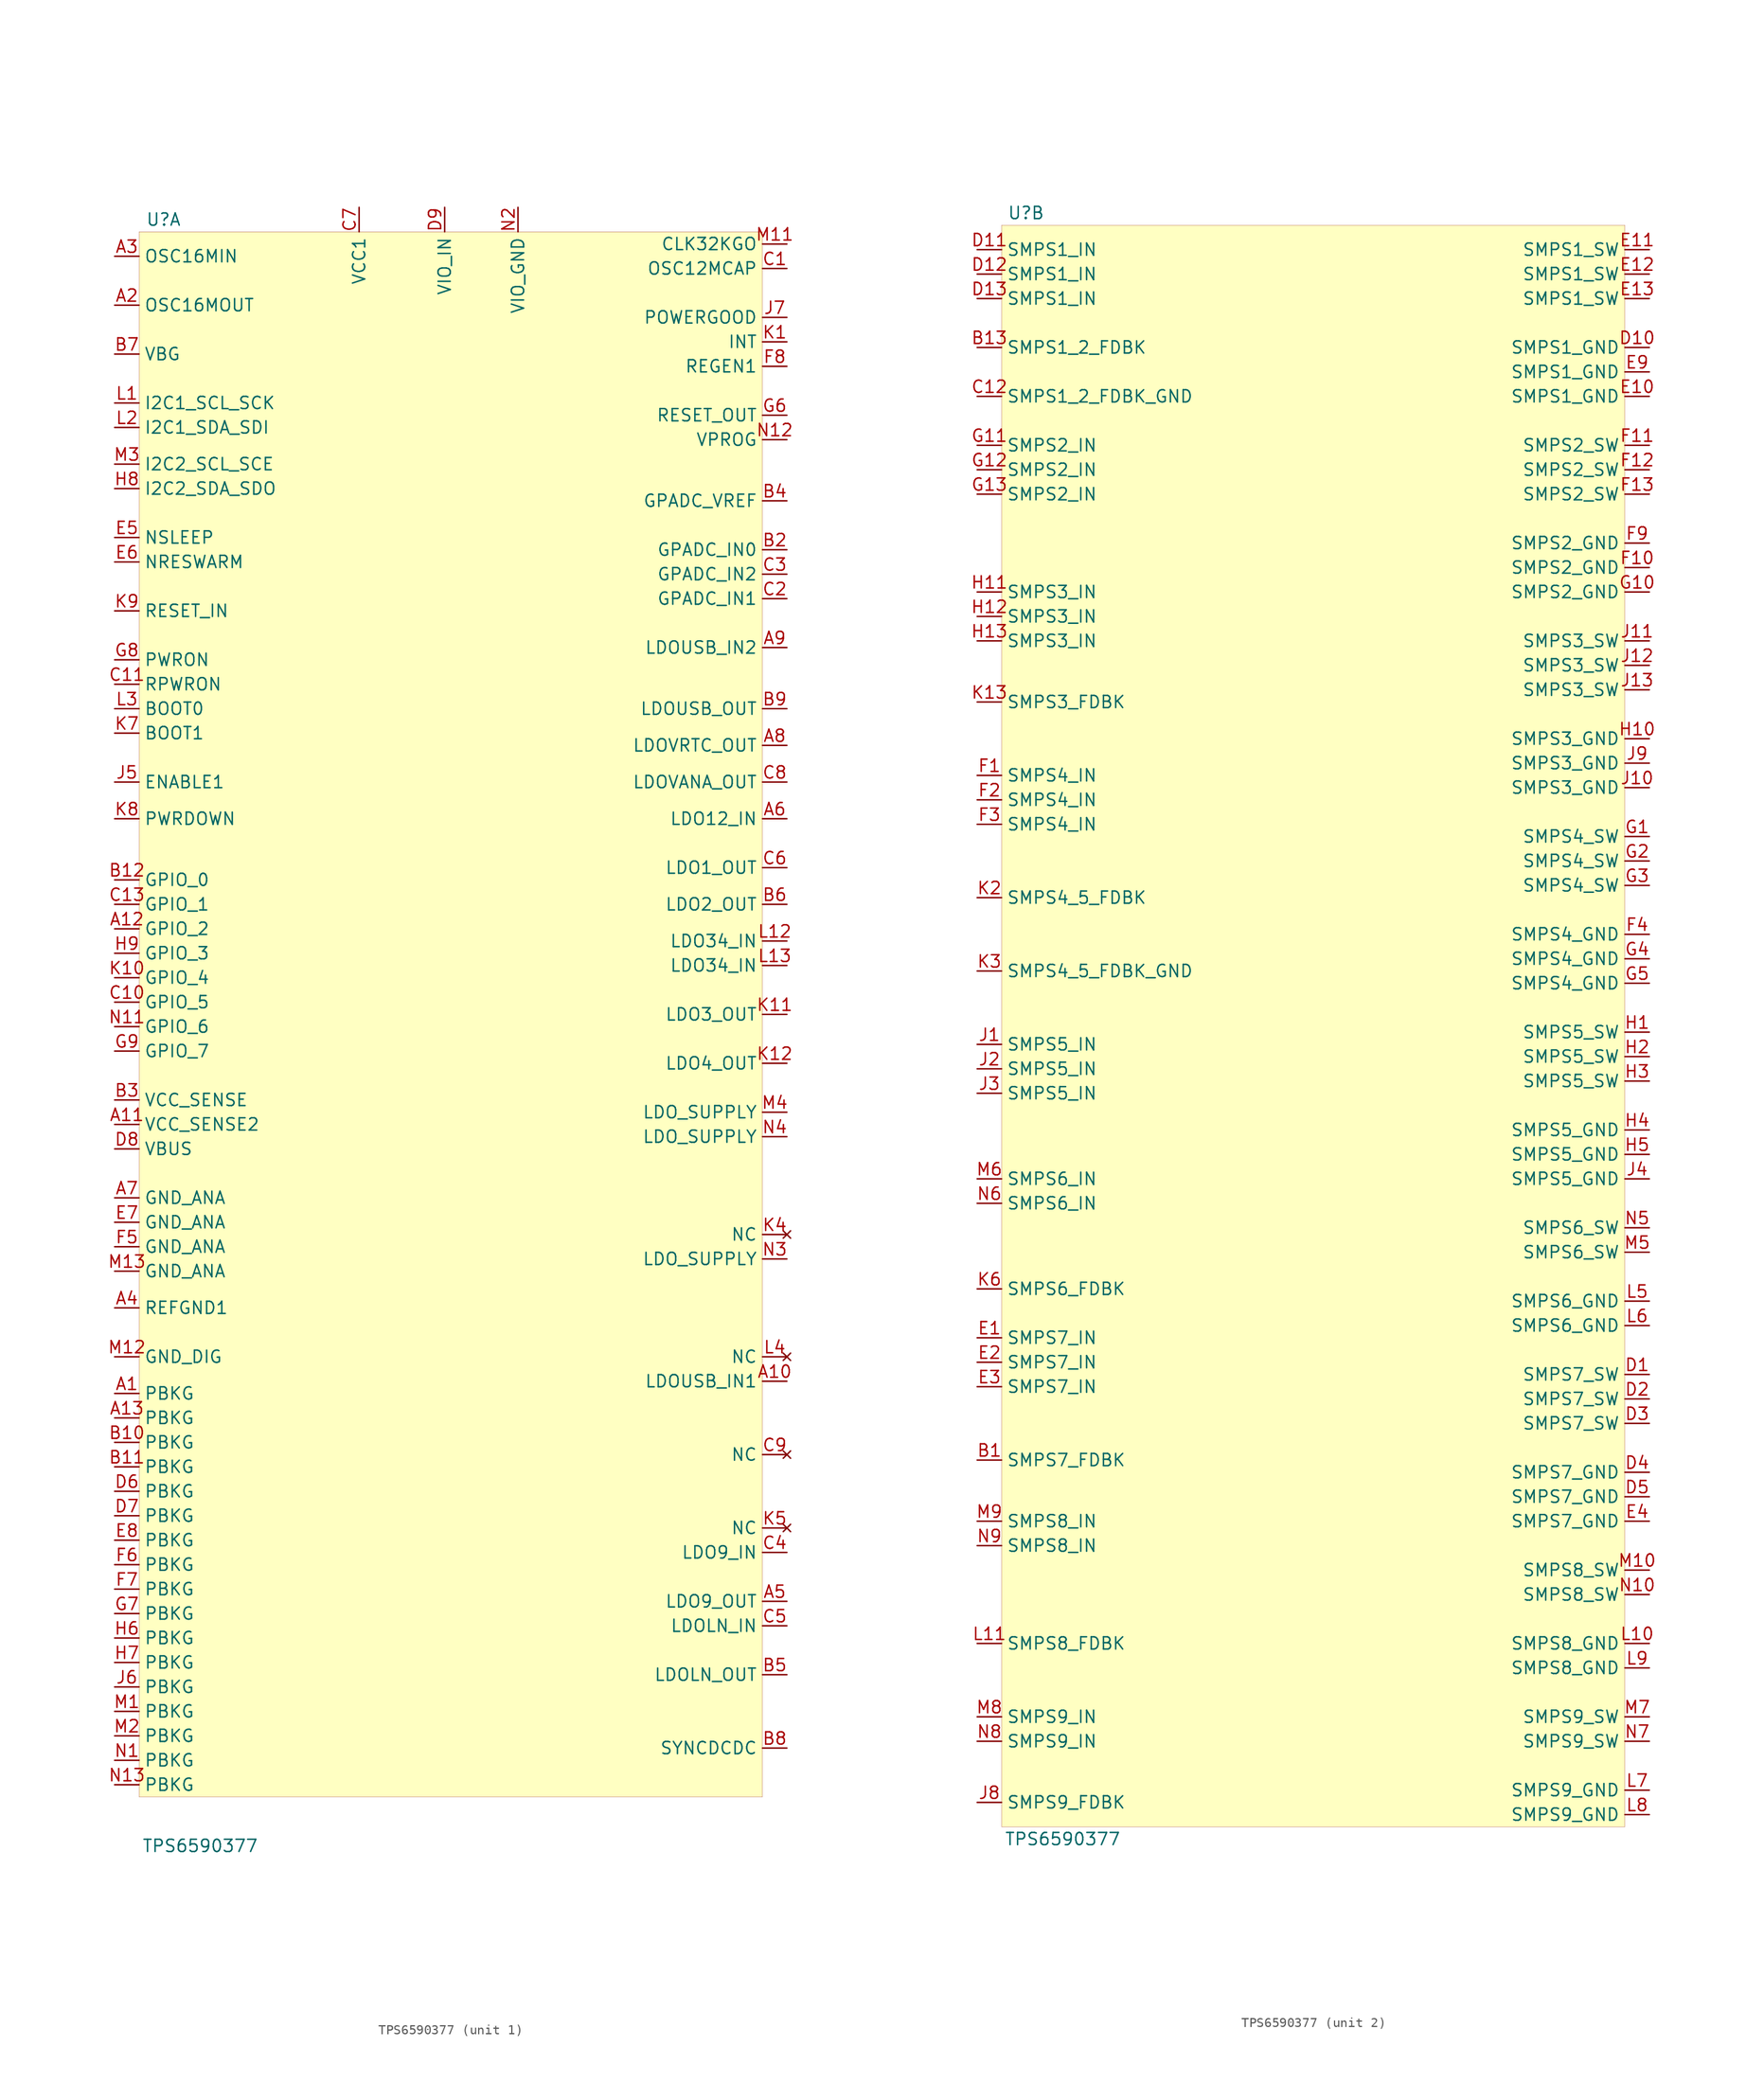
<source format=kicad_sym>
(kicad_symbol_lib
  (version 20201005)
  (generator kicad_symbol_editor)
  (symbol "beaglebone-ai:TPS6590377"
    (property "Reference" "U"
      (at -29.21 76.2 0)
      (effects (font (size 1.27 1.27))))
    (property "Value" "TPS6590377"
      (at -25.4 -92.71 0)
      (effects (font (size 1.27 1.27))))
    (property "ki_locked" ""
      (at 0 0 0)
      (effects (font (size 1.27 1.27))))
    (symbol "TPS6590377_1_0"
      (pin output line (at -34.29 67.31 0) (length 2.54) (name "OSC16MOUT" (effects (font (size 1.27 1.27)))) (number "A2" (effects (font (size 1.27 1.27)))))
      (pin input line (at -34.29 72.39 0) (length 2.54) (name "OSC16MIN" (effects (font (size 1.27 1.27)))) (number "A3" (effects (font (size 1.27 1.27)))))
      (pin power_in line (at -34.29 -36.83 0) (length 2.54) (name "REFGND1" (effects (font (size 1.27 1.27)))) (number "A4" (effects (font (size 1.27 1.27)))))
      (pin power_out line (at 35.56 -67.31 180) (length 2.54) (name "LDO9_OUT" (effects (font (size 1.27 1.27)))) (number "A5" (effects (font (size 1.27 1.27)))))
      (pin input line (at 35.56 13.97 180) (length 2.54) (name "LDO12_IN" (effects (font (size 1.27 1.27)))) (number "A6" (effects (font (size 1.27 1.27)))))
      (pin input line (at 35.56 -62.23 180) (length 2.54) (name "LDO9_IN" (effects (font (size 1.27 1.27)))) (number "C4" (effects (font (size 1.27 1.27)))))
      (pin input line (at 35.56 39.37 180) (length 2.54) (name "GPADC_IN2" (effects (font (size 1.27 1.27)))) (number "C3" (effects (font (size 1.27 1.27)))))
      (pin input line (at 35.56 36.83 180) (length 2.54) (name "GPADC_IN1" (effects (font (size 1.27 1.27)))) (number "C2" (effects (font (size 1.27 1.27)))))
      (pin passive line (at 35.56 71.12 180) (length 2.54) (name "OSC12MCAP" (effects (font (size 1.27 1.27)))) (number "C1" (effects (font (size 1.27 1.27)))))
      (pin bidirectional line (at -34.29 7.62 0) (length 2.54) (name "GPIO_0" (effects (font (size 1.27 1.27)))) (number "B12" (effects (font (size 1.27 1.27)))))
      (pin passive line (at -34.29 -53.34 0) (length 2.54) (name "PBKG" (effects (font (size 1.27 1.27)))) (number "B11" (effects (font (size 1.27 1.27)))))
      (pin passive line (at -34.29 -50.8 0) (length 2.54) (name "PBKG" (effects (font (size 1.27 1.27)))) (number "B10" (effects (font (size 1.27 1.27)))))
      (pin power_out line (at 35.56 25.4 180) (length 2.54) (name "LDOUSB_OUT" (effects (font (size 1.27 1.27)))) (number "B9" (effects (font (size 1.27 1.27)))))
      (pin power_out line (at 35.56 -74.93 180) (length 2.54) (name "LDOLN_OUT" (effects (font (size 1.27 1.27)))) (number "B5" (effects (font (size 1.27 1.27)))))
      (pin input line (at 35.56 -82.55 180) (length 2.54) (name "SYNCDCDC" (effects (font (size 1.27 1.27)))) (number "B8" (effects (font (size 1.27 1.27)))))
      (pin output line (at -34.29 62.23 0) (length 2.54) (name "VBG" (effects (font (size 1.27 1.27)))) (number "B7" (effects (font (size 1.27 1.27)))))
      (pin power_out line (at 35.56 21.59 180) (length 2.54) (name "LDOVRTC_OUT" (effects (font (size 1.27 1.27)))) (number "A8" (effects (font (size 1.27 1.27)))))
      (pin power_out line (at 35.56 5.08 180) (length 2.54) (name "LDO2_OUT" (effects (font (size 1.27 1.27)))) (number "B6" (effects (font (size 1.27 1.27)))))
      (pin input line (at 35.56 31.75 180) (length 2.54) (name "LDOUSB_IN2" (effects (font (size 1.27 1.27)))) (number "A9" (effects (font (size 1.27 1.27)))))
      (pin input line (at 35.56 -44.45 180) (length 2.54) (name "LDOUSB_IN1" (effects (font (size 1.27 1.27)))) (number "A10" (effects (font (size 1.27 1.27)))))
      (pin input line (at -34.29 -17.78 0) (length 2.54) (name "VCC_SENSE2" (effects (font (size 1.27 1.27)))) (number "A11" (effects (font (size 1.27 1.27)))))
      (pin bidirectional line (at -34.29 2.54 0) (length 2.54) (name "GPIO_2" (effects (font (size 1.27 1.27)))) (number "A12" (effects (font (size 1.27 1.27)))))
      (pin passive line (at -34.29 -48.26 0) (length 2.54) (name "PBKG" (effects (font (size 1.27 1.27)))) (number "A13" (effects (font (size 1.27 1.27)))))
      (pin input line (at 35.56 41.91 180) (length 2.54) (name "GPADC_IN0" (effects (font (size 1.27 1.27)))) (number "B2" (effects (font (size 1.27 1.27)))))
      (pin power_in line (at -34.29 -25.4 0) (length 2.54) (name "GND_ANA" (effects (font (size 1.27 1.27)))) (number "A7" (effects (font (size 1.27 1.27)))))
      (pin output line (at 35.56 46.99 180) (length 2.54) (name "GPADC_VREF" (effects (font (size 1.27 1.27)))) (number "B4" (effects (font (size 1.27 1.27)))))
      (pin input line (at -34.29 -15.24 0) (length 2.54) (name "VCC_SENSE" (effects (font (size 1.27 1.27)))) (number "B3" (effects (font (size 1.27 1.27)))))
      (pin input line (at 35.56 -69.85 180) (length 2.54) (name "LDOLN_IN" (effects (font (size 1.27 1.27)))) (number "C5" (effects (font (size 1.27 1.27)))))
      (pin power_out line (at 35.56 8.89 180) (length 2.54) (name "LDO1_OUT" (effects (font (size 1.27 1.27)))) (number "C6" (effects (font (size 1.27 1.27)))))
      (pin power_out line (at 35.56 17.78 180) (length 2.54) (name "LDOVANA_OUT" (effects (font (size 1.27 1.27)))) (number "C8" (effects (font (size 1.27 1.27)))))
      (pin no_connect line (at 35.56 -52.07 180) (length 2.54) (name "NC" (effects (font (size 1.27 1.27)))) (number "C9" (effects (font (size 1.27 1.27)))))
      (pin bidirectional line (at -34.29 -5.08 0) (length 2.54) (name "GPIO_5" (effects (font (size 1.27 1.27)))) (number "C10" (effects (font (size 1.27 1.27)))))
      (pin input line (at -34.29 27.94 0) (length 2.54) (name "RPWRON" (effects (font (size 1.27 1.27)))) (number "C11" (effects (font (size 1.27 1.27)))))
      (pin bidirectional line (at -34.29 5.08 0) (length 2.54) (name "GPIO_1" (effects (font (size 1.27 1.27)))) (number "C13" (effects (font (size 1.27 1.27)))))
      (pin passive line (at -34.29 -55.88 0) (length 2.54) (name "PBKG" (effects (font (size 1.27 1.27)))) (number "D6" (effects (font (size 1.27 1.27)))))
      (pin passive line (at -34.29 -58.42 0) (length 2.54) (name "PBKG" (effects (font (size 1.27 1.27)))) (number "D7" (effects (font (size 1.27 1.27)))))
      (pin input line (at -34.29 -20.32 0) (length 2.54) (name "VBUS" (effects (font (size 1.27 1.27)))) (number "D8" (effects (font (size 1.27 1.27)))))
      (pin input line (at -34.29 43.18 0) (length 2.54) (name "NSLEEP" (effects (font (size 1.27 1.27)))) (number "E5" (effects (font (size 1.27 1.27)))))
      (pin input line (at -34.29 40.64 0) (length 2.54) (name "NRESWARM" (effects (font (size 1.27 1.27)))) (number "E6" (effects (font (size 1.27 1.27)))))
      (pin power_in line (at -34.29 -27.94 0) (length 2.54) (name "GND_ANA" (effects (font (size 1.27 1.27)))) (number "E7" (effects (font (size 1.27 1.27)))))
      (pin power_in line (at -34.29 -60.96 0) (length 2.54) (name "PBKG" (effects (font (size 1.27 1.27)))) (number "E8" (effects (font (size 1.27 1.27)))))
      (pin power_in line (at -34.29 -30.48 0) (length 2.54) (name "GND_ANA" (effects (font (size 1.27 1.27)))) (number "F5" (effects (font (size 1.27 1.27)))))
      (pin passive line (at -34.29 -63.5 0) (length 2.54) (name "PBKG" (effects (font (size 1.27 1.27)))) (number "F6" (effects (font (size 1.27 1.27)))))
      (pin passive line (at -34.29 -66.04 0) (length 2.54) (name "PBKG" (effects (font (size 1.27 1.27)))) (number "F7" (effects (font (size 1.27 1.27)))))
      (pin output line (at 35.56 60.96 180) (length 2.54) (name "REGEN1" (effects (font (size 1.27 1.27)))) (number "F8" (effects (font (size 1.27 1.27)))))
      (pin output line (at 35.56 55.88 180) (length 2.54) (name "RESET_OUT" (effects (font (size 1.27 1.27)))) (number "G6" (effects (font (size 1.27 1.27)))))
      (pin passive line (at -34.29 -68.58 0) (length 2.54) (name "PBKG" (effects (font (size 1.27 1.27)))) (number "G7" (effects (font (size 1.27 1.27)))))
      (pin input line (at -34.29 30.48 0) (length 2.54) (name "PWRON" (effects (font (size 1.27 1.27)))) (number "G8" (effects (font (size 1.27 1.27)))))
      (pin bidirectional line (at -34.29 -10.16 0) (length 2.54) (name "GPIO_7" (effects (font (size 1.27 1.27)))) (number "G9" (effects (font (size 1.27 1.27)))))
      (pin passive line (at -34.29 -71.12 0) (length 2.54) (name "PBKG" (effects (font (size 1.27 1.27)))) (number "H6" (effects (font (size 1.27 1.27)))))
      (pin passive line (at -34.29 -73.66 0) (length 2.54) (name "PBKG" (effects (font (size 1.27 1.27)))) (number "H7" (effects (font (size 1.27 1.27)))))
      (pin bidirectional line (at -34.29 48.26 0) (length 2.54) (name "I2C2_SDA_SDO" (effects (font (size 1.27 1.27)))) (number "H8" (effects (font (size 1.27 1.27)))))
      (pin bidirectional line (at -34.29 0 0) (length 2.54) (name "GPIO_3" (effects (font (size 1.27 1.27)))) (number "H9" (effects (font (size 1.27 1.27)))))
      (pin input line (at -34.29 17.78 0) (length 2.54) (name "ENABLE1" (effects (font (size 1.27 1.27)))) (number "J5" (effects (font (size 1.27 1.27)))))
      (pin passive line (at -34.29 -76.2 0) (length 2.54) (name "PBKG" (effects (font (size 1.27 1.27)))) (number "J6" (effects (font (size 1.27 1.27)))))
      (pin output line (at 35.56 66.04 180) (length 2.54) (name "POWERGOOD" (effects (font (size 1.27 1.27)))) (number "J7" (effects (font (size 1.27 1.27)))))
      (pin output line (at 35.56 63.5 180) (length 2.54) (name "INT" (effects (font (size 1.27 1.27)))) (number "K1" (effects (font (size 1.27 1.27)))))
      (pin no_connect line (at 35.56 -29.21 180) (length 2.54) (name "NC" (effects (font (size 1.27 1.27)))) (number "K4" (effects (font (size 1.27 1.27)))))
      (pin no_connect line (at 35.56 -59.69 180) (length 2.54) (name "NC" (effects (font (size 1.27 1.27)))) (number "K5" (effects (font (size 1.27 1.27)))))
      (pin input line (at -34.29 22.86 0) (length 2.54) (name "BOOT1" (effects (font (size 1.27 1.27)))) (number "K7" (effects (font (size 1.27 1.27)))))
      (pin input line (at -34.29 13.97 0) (length 2.54) (name "PWRDOWN" (effects (font (size 1.27 1.27)))) (number "K8" (effects (font (size 1.27 1.27)))))
      (pin input line (at -34.29 35.56 0) (length 2.54) (name "RESET_IN" (effects (font (size 1.27 1.27)))) (number "K9" (effects (font (size 1.27 1.27)))))
      (pin bidirectional line (at -34.29 -2.54 0) (length 2.54) (name "GPIO_4" (effects (font (size 1.27 1.27)))) (number "K10" (effects (font (size 1.27 1.27)))))
      (pin power_out line (at 35.56 -6.35 180) (length 2.54) (name "LDO3_OUT" (effects (font (size 1.27 1.27)))) (number "K11" (effects (font (size 1.27 1.27)))))
      (pin power_out line (at 35.56 -11.43 180) (length 2.54) (name "LDO4_OUT" (effects (font (size 1.27 1.27)))) (number "K12" (effects (font (size 1.27 1.27)))))
      (pin bidirectional line (at -34.29 57.15 0) (length 2.54) (name "I2C1_SCL_SCK" (effects (font (size 1.27 1.27)))) (number "L1" (effects (font (size 1.27 1.27)))))
      (pin bidirectional line (at -34.29 54.61 0) (length 2.54) (name "I2C1_SDA_SDI" (effects (font (size 1.27 1.27)))) (number "L2" (effects (font (size 1.27 1.27)))))
      (pin input line (at -34.29 25.4 0) (length 2.54) (name "BOOT0" (effects (font (size 1.27 1.27)))) (number "L3" (effects (font (size 1.27 1.27)))))
      (pin no_connect line (at 35.56 -41.91 180) (length 2.54) (name "NC" (effects (font (size 1.27 1.27)))) (number "L4" (effects (font (size 1.27 1.27)))))
      (pin power_in line (at 35.56 1.27 180) (length 2.54) (name "LDO34_IN" (effects (font (size 1.27 1.27)))) (number "L12" (effects (font (size 1.27 1.27)))))
      (pin power_in line (at 35.56 -1.27 180) (length 2.54) (name "LDO34_IN" (effects (font (size 1.27 1.27)))) (number "L13" (effects (font (size 1.27 1.27)))))
      (pin passive line (at -34.29 -78.74 0) (length 2.54) (name "PBKG" (effects (font (size 1.27 1.27)))) (number "M1" (effects (font (size 1.27 1.27)))))
      (pin passive line (at -34.29 -81.28 0) (length 2.54) (name "PBKG" (effects (font (size 1.27 1.27)))) (number "M2" (effects (font (size 1.27 1.27)))))
      (pin bidirectional line (at -34.29 50.8 0) (length 2.54) (name "I2C2_SCL_SCE" (effects (font (size 1.27 1.27)))) (number "M3" (effects (font (size 1.27 1.27)))))
      (pin power_in line (at 35.56 -16.51 180) (length 2.54) (name "LDO_SUPPLY" (effects (font (size 1.27 1.27)))) (number "M4" (effects (font (size 1.27 1.27)))))
      (pin input line (at 35.56 73.66 180) (length 2.54) (name "CLK32KGO" (effects (font (size 1.27 1.27)))) (number "M11" (effects (font (size 1.27 1.27)))))
      (pin power_in line (at -34.29 -41.91 0) (length 2.54) (name "GND_DIG" (effects (font (size 1.27 1.27)))) (number "M12" (effects (font (size 1.27 1.27)))))
      (pin power_in line (at -34.29 -33.02 0) (length 2.54) (name "GND_ANA" (effects (font (size 1.27 1.27)))) (number "M13" (effects (font (size 1.27 1.27)))))
      (pin passive line (at -34.29 -83.82 0) (length 2.54) (name "PBKG" (effects (font (size 1.27 1.27)))) (number "N1" (effects (font (size 1.27 1.27)))))
      (pin power_in line (at 35.56 -31.75 180) (length 2.54) (name "LDO_SUPPLY" (effects (font (size 1.27 1.27)))) (number "N3" (effects (font (size 1.27 1.27)))))
      (pin power_in line (at 35.56 -19.05 180) (length 2.54) (name "LDO_SUPPLY" (effects (font (size 1.27 1.27)))) (number "N4" (effects (font (size 1.27 1.27)))))
      (pin bidirectional line (at -34.29 -7.62 0) (length 2.54) (name "GPIO_6" (effects (font (size 1.27 1.27)))) (number "N11" (effects (font (size 1.27 1.27)))))
      (pin input line (at 35.56 53.34 180) (length 2.54) (name "VPROG" (effects (font (size 1.27 1.27)))) (number "N12" (effects (font (size 1.27 1.27)))))
      (pin passive line (at -34.29 -86.36 0) (length 2.54) (name "PBKG" (effects (font (size 1.27 1.27)))) (number "N13" (effects (font (size 1.27 1.27)))))
      (pin passive line (at -34.29 -45.72 0) (length 2.54) (name "PBKG" (effects (font (size 1.27 1.27)))) (number "A1" (effects (font (size 1.27 1.27)))))
      (pin input line (at -8.89 77.47 270) (length 2.54) (name "VCC1" (effects (font (size 1.27 1.27)))) (number "C7" (effects (font (size 1.27 1.27)))))
      (pin input line (at 0 77.47 270) (length 2.54) (name "VIO_IN" (effects (font (size 1.27 1.27)))) (number "D9" (effects (font (size 1.27 1.27)))))
      (pin power_in line (at 7.62 77.47 270) (length 2.54) (name "VIO_GND" (effects (font (size 1.27 1.27)))) (number "N2" (effects (font (size 1.27 1.27))))))
    (symbol "TPS6590377_1_1"
      (rectangle (start -31.75 74.93) (end 33.02 -87.63) (stroke (width 0.001)) (fill (type background))))
    (symbol "TPS6590377_2_0"
      (pin input line (at -34.29 62.23 0) (length 2.54) (name "SMPS1_2_FDBK" (effects (font (size 1.27 1.27)))) (number "B13" (effects (font (size 1.27 1.27)))))
      (pin input line (at -34.29 -53.34 0) (length 2.54) (name "SMPS7_FDBK" (effects (font (size 1.27 1.27)))) (number "B1" (effects (font (size 1.27 1.27)))))
      (pin input line (at -34.29 57.15 0) (length 2.54) (name "SMPS1_2_FDBK_GND" (effects (font (size 1.27 1.27)))) (number "C12" (effects (font (size 1.27 1.27)))))
      (pin output line (at 35.56 -44.45 180) (length 2.54) (name "SMPS7_SW" (effects (font (size 1.27 1.27)))) (number "D1" (effects (font (size 1.27 1.27)))))
      (pin output line (at 35.56 -46.99 180) (length 2.54) (name "SMPS7_SW" (effects (font (size 1.27 1.27)))) (number "D2" (effects (font (size 1.27 1.27)))))
      (pin output line (at 35.56 -49.53 180) (length 2.54) (name "SMPS7_SW" (effects (font (size 1.27 1.27)))) (number "D3" (effects (font (size 1.27 1.27)))))
      (pin power_in line (at 35.56 -54.61 180) (length 2.54) (name "SMPS7_GND" (effects (font (size 1.27 1.27)))) (number "D4" (effects (font (size 1.27 1.27)))))
      (pin power_in line (at 35.56 -57.15 180) (length 2.54) (name "SMPS7_GND" (effects (font (size 1.27 1.27)))) (number "D5" (effects (font (size 1.27 1.27)))))
      (pin power_in line (at 35.56 62.23 180) (length 2.54) (name "SMPS1_GND" (effects (font (size 1.27 1.27)))) (number "D10" (effects (font (size 1.27 1.27)))))
      (pin power_in line (at -34.29 72.39 0) (length 2.54) (name "SMPS1_IN" (effects (font (size 1.27 1.27)))) (number "D11" (effects (font (size 1.27 1.27)))))
      (pin power_in line (at -34.29 69.85 0) (length 2.54) (name "SMPS1_IN" (effects (font (size 1.27 1.27)))) (number "D12" (effects (font (size 1.27 1.27)))))
      (pin power_in line (at -34.29 67.31 0) (length 2.54) (name "SMPS1_IN" (effects (font (size 1.27 1.27)))) (number "D13" (effects (font (size 1.27 1.27)))))
      (pin power_in line (at -34.29 -40.64 0) (length 2.54) (name "SMPS7_IN" (effects (font (size 1.27 1.27)))) (number "E1" (effects (font (size 1.27 1.27)))))
      (pin power_in line (at -34.29 -43.18 0) (length 2.54) (name "SMPS7_IN" (effects (font (size 1.27 1.27)))) (number "E2" (effects (font (size 1.27 1.27)))))
      (pin power_in line (at -34.29 -45.72 0) (length 2.54) (name "SMPS7_IN" (effects (font (size 1.27 1.27)))) (number "E3" (effects (font (size 1.27 1.27)))))
      (pin power_in line (at 35.56 -59.69 180) (length 2.54) (name "SMPS7_GND" (effects (font (size 1.27 1.27)))) (number "E4" (effects (font (size 1.27 1.27)))))
      (pin power_in line (at 35.56 59.69 180) (length 2.54) (name "SMPS1_GND" (effects (font (size 1.27 1.27)))) (number "E9" (effects (font (size 1.27 1.27)))))
      (pin power_in line (at 35.56 57.15 180) (length 2.54) (name "SMPS1_GND" (effects (font (size 1.27 1.27)))) (number "E10" (effects (font (size 1.27 1.27)))))
      (pin output line (at 35.56 72.39 180) (length 2.54) (name "SMPS1_SW" (effects (font (size 1.27 1.27)))) (number "E11" (effects (font (size 1.27 1.27)))))
      (pin output line (at 35.56 69.85 180) (length 2.54) (name "SMPS1_SW" (effects (font (size 1.27 1.27)))) (number "E12" (effects (font (size 1.27 1.27)))))
      (pin output line (at 35.56 67.31 180) (length 2.54) (name "SMPS1_SW" (effects (font (size 1.27 1.27)))) (number "E13" (effects (font (size 1.27 1.27)))))
      (pin power_in line (at -34.29 17.78 0) (length 2.54) (name "SMPS4_IN" (effects (font (size 1.27 1.27)))) (number "F1" (effects (font (size 1.27 1.27)))))
      (pin power_in line (at -34.29 15.24 0) (length 2.54) (name "SMPS4_IN" (effects (font (size 1.27 1.27)))) (number "F2" (effects (font (size 1.27 1.27)))))
      (pin power_in line (at -34.29 12.7 0) (length 2.54) (name "SMPS4_IN" (effects (font (size 1.27 1.27)))) (number "F3" (effects (font (size 1.27 1.27)))))
      (pin power_in line (at 35.56 1.27 180) (length 2.54) (name "SMPS4_GND" (effects (font (size 1.27 1.27)))) (number "F4" (effects (font (size 1.27 1.27)))))
      (pin power_in line (at 35.56 41.91 180) (length 2.54) (name "SMPS2_GND" (effects (font (size 1.27 1.27)))) (number "F9" (effects (font (size 1.27 1.27)))))
      (pin power_in line (at 35.56 39.37 180) (length 2.54) (name "SMPS2_GND" (effects (font (size 1.27 1.27)))) (number "F10" (effects (font (size 1.27 1.27)))))
      (pin output line (at 35.56 52.07 180) (length 2.54) (name "SMPS2_SW" (effects (font (size 1.27 1.27)))) (number "F11" (effects (font (size 1.27 1.27)))))
      (pin output line (at 35.56 49.53 180) (length 2.54) (name "SMPS2_SW" (effects (font (size 1.27 1.27)))) (number "F12" (effects (font (size 1.27 1.27)))))
      (pin output line (at 35.56 46.99 180) (length 2.54) (name "SMPS2_SW" (effects (font (size 1.27 1.27)))) (number "F13" (effects (font (size 1.27 1.27)))))
      (pin output line (at 35.56 11.43 180) (length 2.54) (name "SMPS4_SW" (effects (font (size 1.27 1.27)))) (number "G1" (effects (font (size 1.27 1.27)))))
      (pin output line (at 35.56 8.89 180) (length 2.54) (name "SMPS4_SW" (effects (font (size 1.27 1.27)))) (number "G2" (effects (font (size 1.27 1.27)))))
      (pin output line (at 35.56 6.35 180) (length 2.54) (name "SMPS4_SW" (effects (font (size 1.27 1.27)))) (number "G3" (effects (font (size 1.27 1.27)))))
      (pin power_in line (at 35.56 -1.27 180) (length 2.54) (name "SMPS4_GND" (effects (font (size 1.27 1.27)))) (number "G4" (effects (font (size 1.27 1.27)))))
      (pin power_in line (at 35.56 -3.81 180) (length 2.54) (name "SMPS4_GND" (effects (font (size 1.27 1.27)))) (number "G5" (effects (font (size 1.27 1.27)))))
      (pin power_in line (at 35.56 36.83 180) (length 2.54) (name "SMPS2_GND" (effects (font (size 1.27 1.27)))) (number "G10" (effects (font (size 1.27 1.27)))))
      (pin power_in line (at -34.29 52.07 0) (length 2.54) (name "SMPS2_IN" (effects (font (size 1.27 1.27)))) (number "G11" (effects (font (size 1.27 1.27)))))
      (pin power_in line (at -34.29 49.53 0) (length 2.54) (name "SMPS2_IN" (effects (font (size 1.27 1.27)))) (number "G12" (effects (font (size 1.27 1.27)))))
      (pin power_in line (at -34.29 46.99 0) (length 2.54) (name "SMPS2_IN" (effects (font (size 1.27 1.27)))) (number "G13" (effects (font (size 1.27 1.27)))))
      (pin output line (at 35.56 -8.89 180) (length 2.54) (name "SMPS5_SW" (effects (font (size 1.27 1.27)))) (number "H1" (effects (font (size 1.27 1.27)))))
      (pin output line (at 35.56 -11.43 180) (length 2.54) (name "SMPS5_SW" (effects (font (size 1.27 1.27)))) (number "H2" (effects (font (size 1.27 1.27)))))
      (pin output line (at 35.56 -13.97 180) (length 2.54) (name "SMPS5_SW" (effects (font (size 1.27 1.27)))) (number "H3" (effects (font (size 1.27 1.27)))))
      (pin power_in line (at 35.56 -19.05 180) (length 2.54) (name "SMPS5_GND" (effects (font (size 1.27 1.27)))) (number "H4" (effects (font (size 1.27 1.27)))))
      (pin power_in line (at 35.56 -21.59 180) (length 2.54) (name "SMPS5_GND" (effects (font (size 1.27 1.27)))) (number "H5" (effects (font (size 1.27 1.27)))))
      (pin power_in line (at 35.56 21.59 180) (length 2.54) (name "SMPS3_GND" (effects (font (size 1.27 1.27)))) (number "H10" (effects (font (size 1.27 1.27)))))
      (pin power_in line (at -34.29 36.83 0) (length 2.54) (name "SMPS3_IN" (effects (font (size 1.27 1.27)))) (number "H11" (effects (font (size 1.27 1.27)))))
      (pin power_in line (at -34.29 34.29 0) (length 2.54) (name "SMPS3_IN" (effects (font (size 1.27 1.27)))) (number "H12" (effects (font (size 1.27 1.27)))))
      (pin power_in line (at -34.29 31.75 0) (length 2.54) (name "SMPS3_IN" (effects (font (size 1.27 1.27)))) (number "H13" (effects (font (size 1.27 1.27)))))
      (pin power_in line (at -34.29 -10.16 0) (length 2.54) (name "SMPS5_IN" (effects (font (size 1.27 1.27)))) (number "J1" (effects (font (size 1.27 1.27)))))
      (pin power_in line (at -34.29 -12.7 0) (length 2.54) (name "SMPS5_IN" (effects (font (size 1.27 1.27)))) (number "J2" (effects (font (size 1.27 1.27)))))
      (pin power_in line (at -34.29 -15.24 0) (length 2.54) (name "SMPS5_IN" (effects (font (size 1.27 1.27)))) (number "J3" (effects (font (size 1.27 1.27)))))
      (pin power_in line (at 35.56 -24.13 180) (length 2.54) (name "SMPS5_GND" (effects (font (size 1.27 1.27)))) (number "J4" (effects (font (size 1.27 1.27)))))
      (pin input line (at -34.29 -88.9 0) (length 2.54) (name "SMPS9_FDBK" (effects (font (size 1.27 1.27)))) (number "J8" (effects (font (size 1.27 1.27)))))
      (pin power_in line (at 35.56 19.05 180) (length 2.54) (name "SMPS3_GND" (effects (font (size 1.27 1.27)))) (number "J9" (effects (font (size 1.27 1.27)))))
      (pin power_in line (at 35.56 16.51 180) (length 2.54) (name "SMPS3_GND" (effects (font (size 1.27 1.27)))) (number "J10" (effects (font (size 1.27 1.27)))))
      (pin output line (at 35.56 31.75 180) (length 2.54) (name "SMPS3_SW" (effects (font (size 1.27 1.27)))) (number "J11" (effects (font (size 1.27 1.27)))))
      (pin output line (at 35.56 29.21 180) (length 2.54) (name "SMPS3_SW" (effects (font (size 1.27 1.27)))) (number "J12" (effects (font (size 1.27 1.27)))))
      (pin output line (at 35.56 26.67 180) (length 2.54) (name "SMPS3_SW" (effects (font (size 1.27 1.27)))) (number "J13" (effects (font (size 1.27 1.27)))))
      (pin input line (at -34.29 5.08 0) (length 2.54) (name "SMPS4_5_FDBK" (effects (font (size 1.27 1.27)))) (number "K2" (effects (font (size 1.27 1.27)))))
      (pin input line (at -34.29 -2.54 0) (length 2.54) (name "SMPS4_5_FDBK_GND" (effects (font (size 1.27 1.27)))) (number "K3" (effects (font (size 1.27 1.27)))))
      (pin input line (at -34.29 -35.56 0) (length 2.54) (name "SMPS6_FDBK" (effects (font (size 1.27 1.27)))) (number "K6" (effects (font (size 1.27 1.27)))))
      (pin power_in line (at 35.56 -36.83 180) (length 2.54) (name "SMPS6_GND" (effects (font (size 1.27 1.27)))) (number "L5" (effects (font (size 1.27 1.27)))))
      (pin power_in line (at 35.56 -39.37 180) (length 2.54) (name "SMPS6_GND" (effects (font (size 1.27 1.27)))) (number "L6" (effects (font (size 1.27 1.27)))))
      (pin power_in line (at 35.56 -87.63 180) (length 2.54) (name "SMPS9_GND" (effects (font (size 1.27 1.27)))) (number "L7" (effects (font (size 1.27 1.27)))))
      (pin power_in line (at 35.56 -90.17 180) (length 2.54) (name "SMPS9_GND" (effects (font (size 1.27 1.27)))) (number "L8" (effects (font (size 1.27 1.27)))))
      (pin power_in line (at 35.56 -74.93 180) (length 2.54) (name "SMPS8_GND" (effects (font (size 1.27 1.27)))) (number "L9" (effects (font (size 1.27 1.27)))))
      (pin power_in line (at 35.56 -72.39 180) (length 2.54) (name "SMPS8_GND" (effects (font (size 1.27 1.27)))) (number "L10" (effects (font (size 1.27 1.27)))))
      (pin input line (at -34.29 -72.39 0) (length 2.54) (name "SMPS8_FDBK" (effects (font (size 1.27 1.27)))) (number "L11" (effects (font (size 1.27 1.27)))))
      (pin output line (at 35.56 -31.75 180) (length 2.54) (name "SMPS6_SW" (effects (font (size 1.27 1.27)))) (number "M5" (effects (font (size 1.27 1.27)))))
      (pin power_in line (at -34.29 -24.13 0) (length 2.54) (name "SMPS6_IN" (effects (font (size 1.27 1.27)))) (number "M6" (effects (font (size 1.27 1.27)))))
      (pin output line (at 35.56 -80.01 180) (length 2.54) (name "SMPS9_SW" (effects (font (size 1.27 1.27)))) (number "M7" (effects (font (size 1.27 1.27)))))
      (pin power_in line (at -34.29 -80.01 0) (length 2.54) (name "SMPS9_IN" (effects (font (size 1.27 1.27)))) (number "M8" (effects (font (size 1.27 1.27)))))
      (pin power_in line (at -34.29 -59.69 0) (length 2.54) (name "SMPS8_IN" (effects (font (size 1.27 1.27)))) (number "M9" (effects (font (size 1.27 1.27)))))
      (pin output line (at 35.56 -64.77 180) (length 2.54) (name "SMPS8_SW" (effects (font (size 1.27 1.27)))) (number "M10" (effects (font (size 1.27 1.27)))))
      (pin output line (at 35.56 -29.21 180) (length 2.54) (name "SMPS6_SW" (effects (font (size 1.27 1.27)))) (number "N5" (effects (font (size 1.27 1.27)))))
      (pin power_in line (at -34.29 -26.67 0) (length 2.54) (name "SMPS6_IN" (effects (font (size 1.27 1.27)))) (number "N6" (effects (font (size 1.27 1.27)))))
      (pin output line (at 35.56 -82.55 180) (length 2.54) (name "SMPS9_SW" (effects (font (size 1.27 1.27)))) (number "N7" (effects (font (size 1.27 1.27)))))
      (pin power_in line (at -34.29 -82.55 0) (length 2.54) (name "SMPS9_IN" (effects (font (size 1.27 1.27)))) (number "N8" (effects (font (size 1.27 1.27)))))
      (pin power_in line (at -34.29 -62.23 0) (length 2.54) (name "SMPS8_IN" (effects (font (size 1.27 1.27)))) (number "N9" (effects (font (size 1.27 1.27)))))
      (pin output line (at 35.56 -67.31 180) (length 2.54) (name "SMPS8_SW" (effects (font (size 1.27 1.27)))) (number "N10" (effects (font (size 1.27 1.27)))))
      (pin input line (at -34.29 25.4 0) (length 2.54) (name "SMPS3_FDBK" (effects (font (size 1.27 1.27)))) (number "K13" (effects (font (size 1.27 1.27))))))
    (symbol "TPS6590377_2_1"
      (rectangle (start -31.75 74.93) (end 33.02 -91.44) (stroke (width 0.001)) (fill (type background))))))
</source>
